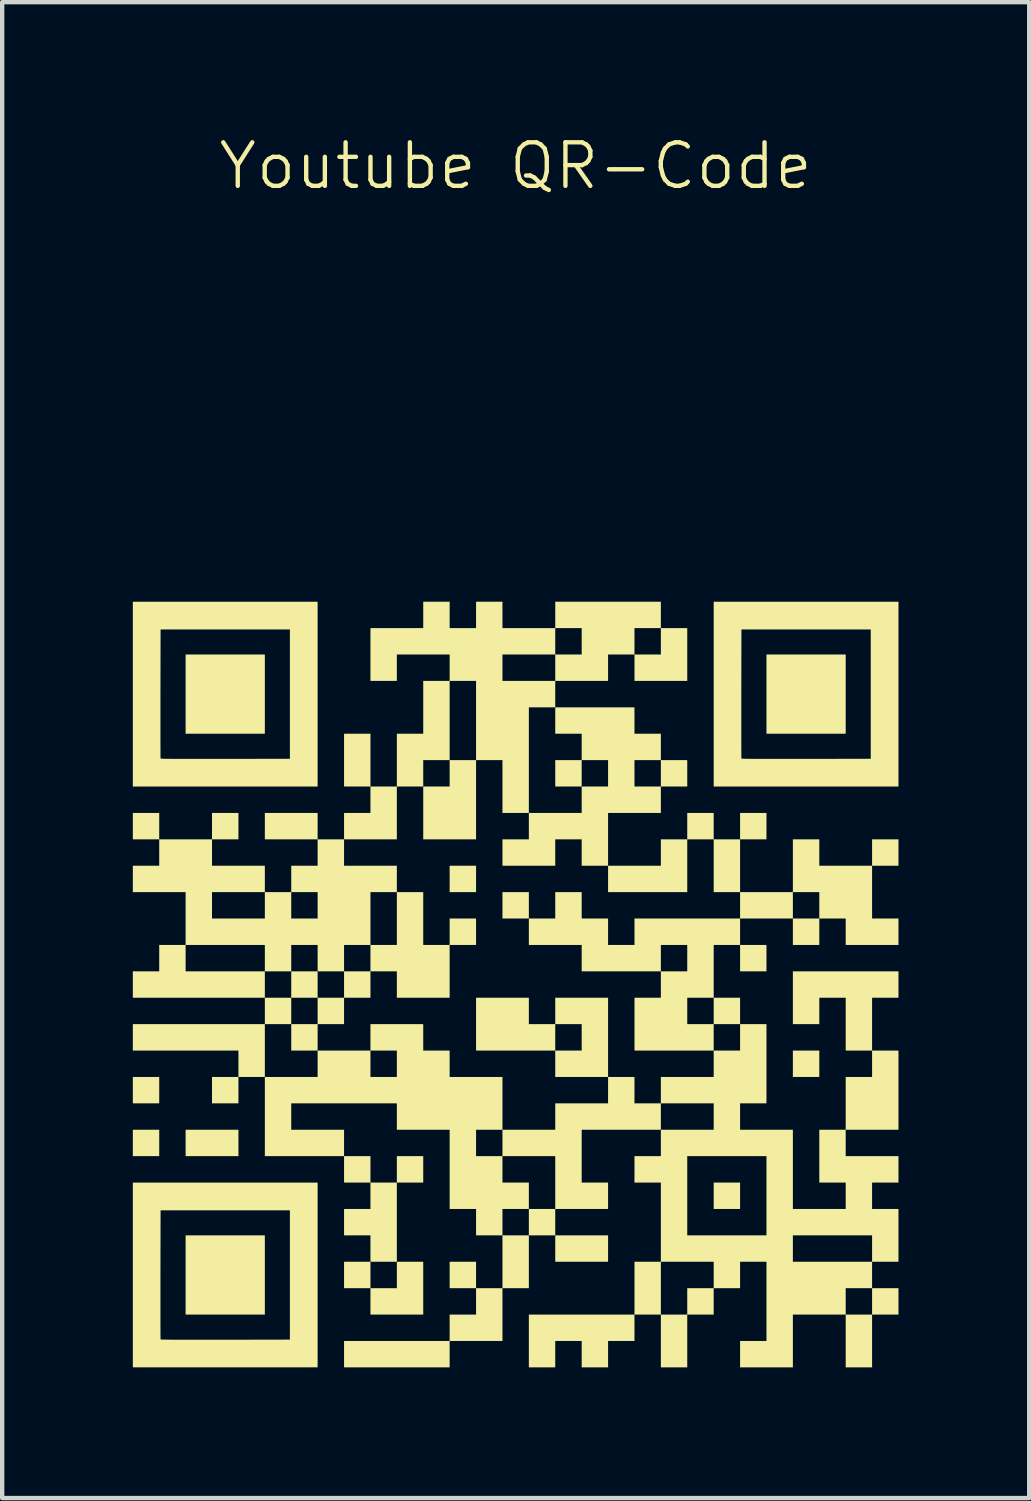
<source format=kicad_pcb>
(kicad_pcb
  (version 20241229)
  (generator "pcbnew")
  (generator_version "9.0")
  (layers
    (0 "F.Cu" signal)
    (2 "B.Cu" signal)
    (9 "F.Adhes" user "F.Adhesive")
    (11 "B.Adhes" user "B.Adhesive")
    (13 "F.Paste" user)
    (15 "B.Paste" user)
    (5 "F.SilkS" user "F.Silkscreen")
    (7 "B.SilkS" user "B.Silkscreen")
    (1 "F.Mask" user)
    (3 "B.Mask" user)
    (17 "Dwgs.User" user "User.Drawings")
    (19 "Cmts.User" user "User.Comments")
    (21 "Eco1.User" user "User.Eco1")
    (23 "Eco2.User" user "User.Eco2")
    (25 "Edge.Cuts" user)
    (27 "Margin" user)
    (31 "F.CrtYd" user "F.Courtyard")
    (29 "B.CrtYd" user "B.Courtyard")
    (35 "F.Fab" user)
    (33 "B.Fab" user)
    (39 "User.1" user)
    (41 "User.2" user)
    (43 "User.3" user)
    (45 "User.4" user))
  (footprint "Youtube QR-Code"
    (layer "F.Cu")
    (at 8.79 19.556)
    (property "Reference" "Youtube QR-Code" (at -0.000001 -18.796 0) (unlocked yes) (layer "F.SilkS") (effects (font (size 1 1) (thickness 0.1))))
    (attr board_only exclude_from_pos_files exclude_from_bom)
    (fp_poly (pts (xy -8.184 2.425) (xy -8.184 2.728) (xy -8.487 2.728) (xy -8.79 2.728) (xy -8.79 2.425) (xy -8.79 2.122) (xy -8.487 2.122) (xy -8.184 2.122)) (stroke (width 0) (type solid)) (fill yes) (layer "F.SilkS"))
    (fp_poly (pts (xy -8.184 3.637) (xy -8.184 3.94) (xy -8.487 3.94) (xy -8.79 3.94) (xy -8.79 3.637) (xy -8.79 3.334) (xy -8.487 3.334) (xy -8.184 3.334)) (stroke (width 0) (type solid)) (fill yes) (layer "F.SilkS"))
    (fp_poly (pts (xy -6.365 3.637) (xy -6.365 3.94) (xy -6.972 3.94) (xy -7.578 3.94) (xy -7.578 3.637) (xy -7.578 3.334) (xy -6.972 3.334) (xy -6.365 3.334)) (stroke (width 0) (type solid)) (fill yes) (layer "F.SilkS"))
    (fp_poly (pts (xy -5.759 -6.668) (xy -5.759 -5.759) (xy -6.668 -5.759) (xy -7.578 -5.759) (xy -7.578 -6.668) (xy -7.578 -7.578) (xy -6.668 -7.578) (xy -5.759 -7.578)) (stroke (width 0) (type solid)) (fill yes) (layer "F.SilkS"))
    (fp_poly (pts (xy -5.759 6.668) (xy -5.759 7.578) (xy -6.668 7.578) (xy -7.578 7.578) (xy -7.578 6.668) (xy -7.578 5.759) (xy -6.668 5.759) (xy -5.759 5.759)) (stroke (width 0) (type solid)) (fill yes) (layer "F.SilkS"))
    (fp_poly (pts (xy -0.909 -2.425) (xy -0.909 -2.122) (xy -1.212 -2.122) (xy -1.516 -2.122) (xy -1.516 -2.425) (xy -1.516 -2.728) (xy -1.212 -2.728) (xy -0.909 -2.728)) (stroke (width 0) (type solid)) (fill yes) (layer "F.SilkS"))
    (fp_poly (pts (xy 0.303 -1.819) (xy 0.303 -1.516) (xy -0.000001 -1.516) (xy -0.303 -1.516) (xy -0.303 -1.819) (xy -0.303 -2.122) (xy -0.000001 -2.122) (xy 0.303 -2.122)) (stroke (width 0) (type solid)) (fill yes) (layer "F.SilkS"))
    (fp_poly (pts (xy 1.516 -4.85) (xy 1.516 -4.547) (xy 1.212 -4.547) (xy 0.909 -4.547) (xy 0.909 -4.85) (xy 0.909 -5.153) (xy 1.212 -5.153) (xy 1.516 -5.153)) (stroke (width 0) (type solid)) (fill yes) (layer "F.SilkS"))
    (fp_poly (pts (xy 2.122 6.062) (xy 2.122 6.365) (xy 1.516 6.365) (xy 0.909 6.365) (xy 0.909 6.062) (xy 0.909 5.759) (xy 1.516 5.759) (xy 2.122 5.759)) (stroke (width 0) (type solid)) (fill yes) (layer "F.SilkS"))
    (fp_poly (pts (xy 5.153 4.85) (xy 5.153 5.153) (xy 4.85 5.153) (xy 4.547 5.153) (xy 4.547 4.85) (xy 4.547 4.547) (xy 4.85 4.547) (xy 5.153 4.547)) (stroke (width 0) (type solid)) (fill yes) (layer "F.SilkS"))
    (fp_poly (pts (xy 5.759 -0.606) (xy 5.759 -0.303) (xy 5.456 -0.303) (xy 5.153 -0.303) (xy 5.153 -0.606) (xy 5.153 -0.909) (xy 5.456 -0.909) (xy 5.759 -0.909)) (stroke (width 0) (type solid)) (fill yes) (layer "F.SilkS"))
    (fp_poly (pts (xy 6.972 1.819) (xy 6.972 2.122) (xy 6.668 2.122) (xy 6.365 2.122) (xy 6.365 1.819) (xy 6.365 1.516) (xy 6.668 1.516) (xy 6.972 1.516)) (stroke (width 0) (type solid)) (fill yes) (layer "F.SilkS"))
    (fp_poly (pts (xy 7.578 -6.668) (xy 7.578 -5.759) (xy 6.668 -5.759) (xy 5.759 -5.759) (xy 5.759 -6.668) (xy 5.759 -7.578) (xy 6.668 -7.578) (xy 7.578 -7.578)) (stroke (width 0) (type solid)) (fill yes) (layer "F.SilkS"))
    (fp_poly (pts (xy -0.909 -4.244) (xy -0.909 -3.334) (xy -1.516 -3.334) (xy -2.122 -3.334) (xy -2.122 -3.94) (xy -2.122 -4.547) (xy -1.819 -4.547) (xy -1.516 -4.547) (xy -1.516 -4.85) (xy -1.516 -5.153) (xy -1.212 -5.153) (xy -0.909 -5.153)) (stroke (width 0) (type solid)) (fill yes) (layer "F.SilkS"))
    (fp_poly (pts (xy 8.79 -0.000001) (xy 8.79 0.303) (xy 8.487 0.303) (xy 8.184 0.303) (xy 8.184 0.909) (xy 8.184 1.516) (xy 7.881 1.516) (xy 7.578 1.516) (xy 7.578 0.909) (xy 7.578 0.303) (xy 7.275 0.303) (xy 6.972 0.303) (xy 6.972 0.606) (xy 6.972 0.909) (xy 6.668 0.909) (xy 6.365 0.909) (xy 6.365 0.303) (xy 6.365 -0.303) (xy 7.578 -0.303) (xy 8.79 -0.303)) (stroke (width 0) (type solid)) (fill yes) (layer "F.SilkS"))
    (fp_poly (pts (xy 0.303 0.606) (xy 0.303 0.909) (xy 0.606 0.909) (xy 0.909 0.909) (xy 0.909 0.606) (xy 0.909 0.303) (xy 1.516 0.303) (xy 2.122 0.303) (xy 2.122 1.212) (xy 2.122 2.122) (xy 1.516 2.122) (xy 0.909 2.122) (xy 0.909 1.819) (xy 0.909 1.516) (xy -0.000001 1.516) (xy -0.909 1.516) (xy -0.909 1.212) (xy 0.909 1.212) (xy 0.909 1.516) (xy 1.212 1.516) (xy 1.516 1.516) (xy 1.516 1.212) (xy 1.516 0.909) (xy 1.212 0.909) (xy 0.909 0.909) (xy 0.909 1.212) (xy -0.909 1.212) (xy -0.909 0.909) (xy -0.909 0.303) (xy -0.303 0.303) (xy 0.303 0.303)) (stroke (width 0) (type solid)) (fill yes) (layer "F.SilkS"))
    (fp_poly (pts (xy -4.547 -6.668) (xy -4.547 -4.547) (xy -6.668 -4.547) (xy -8.79 -4.547) (xy -8.79 -5.934) (xy -8.156 -5.934) (xy -8.156 -5.807) (xy -8.156 -5.689) (xy -8.156 -5.582) (xy -8.156 -5.485) (xy -8.155 -5.401) (xy -8.155 -5.329) (xy -8.155 -5.271) (xy -8.154 -5.228) (xy -8.154 -5.201) (xy -8.154 -5.19) (xy -8.154 -5.19) (xy -8.15 -5.189) (xy -8.14 -5.187) (xy -8.122 -5.186) (xy -8.096 -5.185) (xy -8.062 -5.184) (xy -8.019 -5.183) (xy -7.965 -5.183) (xy -7.901 -5.182) (xy -7.825 -5.182) (xy -7.738 -5.181) (xy -7.638 -5.181) (xy -7.524 -5.181) (xy -7.397 -5.181) (xy -7.255 -5.181) (xy -7.097 -5.181) (xy -6.924 -5.181) (xy -6.733 -5.181) (xy -6.667 -5.181) (xy -5.184 -5.184) (xy -5.184 -6.668) (xy -5.184 -8.153) (xy -6.668 -8.153) (xy -8.153 -8.153) (xy -8.156 -6.677) (xy -8.156 -6.517) (xy -8.156 -6.362) (xy -8.156 -6.213) (xy -8.156 -6.07) (xy -8.156 -5.934) (xy -8.79 -5.934) (xy -8.79 -6.668) (xy -8.79 -8.79) (xy -6.668 -8.79) (xy -4.547 -8.79)) (stroke (width 0) (type solid)) (fill yes) (layer "F.SilkS"))
    (fp_poly (pts (xy -4.547 6.668) (xy -4.547 8.79) (xy -6.668 8.79) (xy -8.79 8.79) (xy -8.79 7.403) (xy -8.156 7.403) (xy -8.156 7.53) (xy -8.156 7.648) (xy -8.156 7.755) (xy -8.156 7.852) (xy -8.155 7.936) (xy -8.155 8.008) (xy -8.155 8.066) (xy -8.154 8.109) (xy -8.154 8.136) (xy -8.154 8.147) (xy -8.154 8.147) (xy -8.15 8.148) (xy -8.14 8.15) (xy -8.122 8.151) (xy -8.096 8.152) (xy -8.062 8.153) (xy -8.019 8.153) (xy -7.965 8.154) (xy -7.901 8.155) (xy -7.825 8.155) (xy -7.738 8.156) (xy -7.638 8.156) (xy -7.524 8.156) (xy -7.397 8.156) (xy -7.255 8.156) (xy -7.097 8.156) (xy -6.924 8.156) (xy -6.733 8.156) (xy -6.667 8.156) (xy -5.184 8.153) (xy -5.184 6.668) (xy -5.184 5.184) (xy -6.668 5.184) (xy -8.153 5.184) (xy -8.156 6.66) (xy -8.156 6.82) (xy -8.156 6.975) (xy -8.156 7.124) (xy -8.156 7.267) (xy -8.156 7.403) (xy -8.79 7.403) (xy -8.79 6.668) (xy -8.79 4.547) (xy -6.668 4.547) (xy -4.547 4.547)) (stroke (width 0) (type solid)) (fill yes) (layer "F.SilkS"))
    (fp_poly (pts (xy 8.79 -6.668) (xy 8.79 -4.547) (xy 6.668 -4.547) (xy 4.547 -4.547) (xy 4.547 -5.934) (xy 5.181 -5.934) (xy 5.181 -5.807) (xy 5.181 -5.689) (xy 5.181 -5.582) (xy 5.181 -5.485) (xy 5.182 -5.401) (xy 5.182 -5.329) (xy 5.182 -5.271) (xy 5.182 -5.228) (xy 5.183 -5.201) (xy 5.183 -5.19) (xy 5.183 -5.19) (xy 5.187 -5.189) (xy 5.197 -5.187) (xy 5.215 -5.186) (xy 5.241 -5.185) (xy 5.275 -5.184) (xy 5.318 -5.183) (xy 5.372 -5.183) (xy 5.436 -5.182) (xy 5.512 -5.182) (xy 5.599 -5.181) (xy 5.699 -5.181) (xy 5.813 -5.181) (xy 5.94 -5.181) (xy 6.082 -5.181) (xy 6.24 -5.181) (xy 6.413 -5.181) (xy 6.604 -5.181) (xy 6.67 -5.181) (xy 8.153 -5.184) (xy 8.153 -6.668) (xy 8.153 -8.153) (xy 6.668 -8.153) (xy 5.184 -8.153) (xy 5.181 -6.677) (xy 5.181 -6.517) (xy 5.181 -6.362) (xy 5.181 -6.213) (xy 5.181 -6.07) (xy 5.181 -5.934) (xy 4.547 -5.934) (xy 4.547 -6.668) (xy 4.547 -8.79) (xy 6.668 -8.79) (xy 8.79 -8.79)) (stroke (width 0) (type solid)) (fill yes) (layer "F.SilkS"))
    (fp_poly (pts (xy -3.334 4.244) (xy -3.334 4.547) (xy -3.031 4.547) (xy -2.728 4.547) (xy -2.728 4.244) (xy -2.728 3.94) (xy -2.425 3.94) (xy -2.122 3.94) (xy -2.122 4.244) (xy -2.122 4.547) (xy -2.425 4.547) (xy -2.728 4.547) (xy -2.728 5.456) (xy -2.728 6.365) (xy -3.031 6.365) (xy -3.334 6.365) (xy -3.334 6.668) (xy -3.334 6.972) (xy -3.031 6.972) (xy -2.728 6.972) (xy -2.728 6.668) (xy -2.728 6.365) (xy -2.425 6.365) (xy -2.122 6.365) (xy -2.122 6.972) (xy -2.122 7.578) (xy -2.728 7.578) (xy -3.334 7.578) (xy -3.334 7.275) (xy -3.334 6.972) (xy -3.637 6.972) (xy -3.94 6.972) (xy -3.94 6.668) (xy -3.94 6.365) (xy -3.637 6.365) (xy -3.334 6.365) (xy -3.334 6.062) (xy -3.334 5.759) (xy -3.637 5.759) (xy -3.94 5.759) (xy -3.94 5.456) (xy -3.94 5.153) (xy -3.637 5.153) (xy -3.334 5.153) (xy -3.334 4.85) (xy -3.334 4.547) (xy -3.637 4.547) (xy -3.94 4.547) (xy -3.94 4.244) (xy -3.94 3.94) (xy -3.637 3.94) (xy -3.334 3.94)) (stroke (width 0) (type solid)) (fill yes) (layer "F.SilkS"))
    (fp_poly (pts (xy -2.122 -1.516) (xy -2.122 -0.909) (xy -1.819 -0.909) (xy -1.516 -0.909) (xy -1.516 -1.212) (xy -1.516 -1.516) (xy -1.212 -1.516) (xy -0.909 -1.516) (xy -0.909 -1.212) (xy -0.909 -0.909) (xy -1.212 -0.909) (xy -1.516 -0.909) (xy -1.516 -0.303) (xy -1.516 0.303) (xy -2.122 0.303) (xy -2.728 0.303) (xy -2.728 -0.000001) (xy -2.728 -0.303) (xy -3.031 -0.303) (xy -3.334 -0.303) (xy -3.334 -0.000001) (xy -3.334 0.303) (xy -3.637 0.303) (xy -3.94 0.303) (xy -3.94 0.606) (xy -3.94 0.909) (xy -4.244 0.909) (xy -4.547 0.909) (xy -4.547 1.212) (xy -4.547 1.516) (xy -4.85 1.516) (xy -5.153 1.516) (xy -5.153 1.212) (xy -5.153 0.909) (xy -4.85 0.909) (xy -4.547 0.909) (xy -4.547 0.606) (xy -4.547 0.303) (xy -4.85 0.303) (xy -5.153 0.303) (xy -5.153 -0.000001) (xy -5.153 -0.303) (xy -4.85 -0.303) (xy -4.547 -0.303) (xy -4.547 -0.000001) (xy -4.547 0.303) (xy -4.244 0.303) (xy -3.94 0.303) (xy -3.94 -0.000001) (xy -3.94 -0.303) (xy -3.637 -0.303) (xy -3.334 -0.303) (xy -3.334 -0.606) (xy -3.334 -0.909) (xy -3.031 -0.909) (xy -2.728 -0.909) (xy -2.728 -1.516) (xy -2.728 -2.122) (xy -2.425 -2.122) (xy -2.122 -2.122)) (stroke (width 0) (type solid)) (fill yes) (layer "F.SilkS"))
    (fp_poly (pts (xy 2.728 -6.062) (xy 2.728 -5.759) (xy 3.031 -5.759) (xy 3.334 -5.759) (xy 3.334 -5.456) (xy 3.334 -5.153) (xy 3.031 -5.153) (xy 2.728 -5.153) (xy 2.728 -4.85) (xy 2.728 -4.547) (xy 3.031 -4.547) (xy 3.334 -4.547) (xy 3.334 -4.85) (xy 3.334 -5.153) (xy 3.637 -5.153) (xy 3.94 -5.153) (xy 3.94 -4.85) (xy 3.94 -4.547) (xy 3.637 -4.547) (xy 3.334 -4.547) (xy 3.334 -4.244) (xy 3.334 -3.94) (xy 2.728 -3.94) (xy 2.122 -3.94) (xy 2.122 -3.334) (xy 2.122 -2.728) (xy 2.728 -2.728) (xy 3.334 -2.728) (xy 3.334 -3.031) (xy 3.334 -3.334) (xy 3.637 -3.334) (xy 3.94 -3.334) (xy 3.94 -3.637) (xy 3.94 -3.94) (xy 4.244 -3.94) (xy 4.547 -3.94) (xy 4.547 -3.637) (xy 4.547 -3.334) (xy 4.85 -3.334) (xy 5.153 -3.334) (xy 5.153 -3.637) (xy 5.153 -3.94) (xy 5.456 -3.94) (xy 5.759 -3.94) (xy 5.759 -3.637) (xy 5.759 -3.334) (xy 5.456 -3.334) (xy 5.153 -3.334) (xy 5.153 -2.728) (xy 5.153 -2.122) (xy 5.759 -2.122) (xy 6.365 -2.122) (xy 6.365 -2.728) (xy 6.365 -3.334) (xy 6.668 -3.334) (xy 6.972 -3.334) (xy 6.972 -3.031) (xy 6.972 -2.728) (xy 7.578 -2.728) (xy 8.184 -2.728) (xy 8.184 -3.031) (xy 8.184 -3.334) (xy 8.487 -3.334) (xy 8.79 -3.334) (xy 8.79 -3.031) (xy 8.79 -2.728) (xy 8.487 -2.728) (xy 8.184 -2.728) (xy 8.184 -2.122) (xy 8.184 -1.516) (xy 8.487 -1.516) (xy 8.79 -1.516) (xy 8.79 -1.212) (xy 8.79 -0.909) (xy 8.184 -0.909) (xy 7.578 -0.909) (xy 7.578 -1.212) (xy 7.578 -1.516) (xy 7.275 -1.516) (xy 6.972 -1.516) (xy 6.972 -1.212) (xy 6.972 -0.909) (xy 6.668 -0.909) (xy 6.365 -0.909) (xy 6.365 -1.212) (xy 6.365 -1.516) (xy 5.759 -1.516) (xy 5.153 -1.516) (xy 5.153 -1.212) (xy 5.153 -0.909) (xy 4.85 -0.909) (xy 4.547 -0.909) (xy 4.547 -0.303) (xy 4.547 0.303) (xy 4.244 0.303) (xy 3.94 0.303) (xy 3.94 0.606) (xy 3.94 0.909) (xy 4.244 0.909) (xy 4.547 0.909) (xy 4.547 0.606) (xy 4.547 0.303) (xy 4.85 0.303) (xy 5.153 0.303) (xy 5.153 0.606) (xy 5.153 0.909) (xy 4.85 0.909) (xy 4.547 0.909) (xy 4.547 1.212) (xy 4.547 1.516) (xy 3.637 1.516) (xy 2.728 1.516) (xy 2.728 0.909) (xy 2.728 0.303) (xy 3.031 0.303) (xy 3.334 0.303) (xy 3.334 -0.000001) (xy 3.334 -0.303) (xy 3.637 -0.303) (xy 3.94 -0.303) (xy 3.94 -0.606) (xy 3.94 -0.909) (xy 3.637 -0.909) (xy 3.334 -0.909) (xy 3.334 -0.606) (xy 3.334 -0.303) (xy 2.425 -0.303) (xy 1.516 -0.303) (xy 1.516 -0.606) (xy 1.516 -0.909) (xy 0.909 -0.909) (xy 0.303 -0.909) (xy 0.303 -1.212) (xy 0.303 -1.516) (xy 0.606 -1.516) (xy 0.909 -1.516) (xy 0.909 -1.819) (xy 0.909 -2.122) (xy 1.212 -2.122) (xy 1.516 -2.122) (xy 1.516 -1.819) (xy 1.516 -1.516) (xy 1.819 -1.516) (xy 2.122 -1.516) (xy 2.122 -1.212) (xy 2.122 -0.909) (xy 2.425 -0.909) (xy 2.728 -0.909) (xy 2.728 -1.212) (xy 2.728 -1.516) (xy 3.94 -1.516) (xy 5.153 -1.516) (xy 5.153 -1.819) (xy 6.365 -1.819) (xy 6.365 -1.516) (xy 6.668 -1.516) (xy 6.972 -1.516) (xy 6.972 -1.819) (xy 6.972 -2.122) (xy 6.668 -2.122) (xy 6.365 -2.122) (xy 6.365 -1.819) (xy 5.153 -1.819) (xy 5.153 -2.122) (xy 4.85 -2.122) (xy 4.547 -2.122) (xy 4.547 -2.728) (xy 4.547 -3.334) (xy 4.244 -3.334) (xy 3.94 -3.334) (xy 3.94 -2.728) (xy 3.94 -2.122) (xy 3.031 -2.122) (xy 2.122 -2.122) (xy 2.122 -2.425) (xy 2.122 -2.728) (xy 1.819 -2.728) (xy 1.516 -2.728) (xy 1.516 -3.031) (xy 1.516 -3.334) (xy 1.212 -3.334) (xy 0.909 -3.334) (xy 0.909 -3.031) (xy 0.909 -2.728) (xy 0.303 -2.728) (xy -0.303 -2.728) (xy -0.303 -3.031) (xy -0.303 -3.334) (xy -0.000001 -3.334) (xy 0.303 -3.334) (xy 0.303 -3.637) (xy 0.303 -3.94) (xy 0.909 -3.94) (xy 1.516 -3.94) (xy 1.516 -4.244) (xy 1.516 -4.547) (xy 1.819 -4.547) (xy 2.122 -4.547) (xy 2.122 -4.85) (xy 2.122 -5.153) (xy 1.819 -5.153) (xy 1.516 -5.153) (xy 1.516 -5.456) (xy 1.516 -5.759) (xy 1.212 -5.759) (xy 0.909 -5.759) (xy 0.909 -6.062) (xy 0.909 -6.365) (xy 1.819 -6.365) (xy 2.728 -6.365)) (stroke (width 0) (type solid)) (fill yes) (layer "F.SilkS"))
    (fp_poly (pts (xy -1.516 -8.487) (xy -1.516 -8.184) (xy -1.212 -8.184) (xy -0.909 -8.184) (xy -0.909 -8.487) (xy -0.909 -8.79) (xy -0.606 -8.79) (xy -0.303 -8.79) (xy -0.303 -8.487) (xy -0.303 -8.184) (xy 0.303 -8.184) (xy 0.909 -8.184) (xy 0.909 -8.487) (xy 0.909 -8.79) (xy 2.122 -8.79) (xy 3.334 -8.79) (xy 3.334 -8.487) (xy 3.334 -8.184) (xy 3.031 -8.184) (xy 2.728 -8.184) (xy 2.728 -7.881) (xy 2.728 -7.578) (xy 3.031 -7.578) (xy 3.334 -7.578) (xy 3.334 -7.881) (xy 3.334 -8.184) (xy 3.637 -8.184) (xy 3.94 -8.184) (xy 3.94 -7.578) (xy 3.94 -6.972) (xy 3.334 -6.972) (xy 2.728 -6.972) (xy 2.728 -7.275) (xy 2.728 -7.578) (xy 2.425 -7.578) (xy 2.122 -7.578) (xy 2.122 -7.275) (xy 2.122 -6.972) (xy 1.516 -6.972) (xy 0.909 -6.972) (xy 0.909 -6.668) (xy 0.909 -6.365) (xy 0.606 -6.365) (xy 0.303 -6.365) (xy 0.303 -5.153) (xy 0.303 -3.94) (xy -0.000001 -3.94) (xy -0.303 -3.94) (xy -0.303 -4.547) (xy -0.303 -5.153) (xy -0.606 -5.153) (xy -0.909 -5.153) (xy -0.909 -6.062) (xy -0.909 -6.972) (xy -1.212 -6.972) (xy -1.516 -6.972) (xy -1.516 -6.062) (xy -1.516 -5.153) (xy -1.819 -5.153) (xy -2.122 -5.153) (xy -2.122 -4.85) (xy -2.122 -4.547) (xy -2.425 -4.547) (xy -2.728 -4.547) (xy -2.728 -3.94) (xy -2.728 -3.334) (xy -3.334 -3.334) (xy -3.94 -3.334) (xy -3.94 -3.031) (xy -3.94 -2.728) (xy -3.334 -2.728) (xy -2.728 -2.728) (xy -2.728 -2.425) (xy -2.728 -2.122) (xy -3.031 -2.122) (xy -3.334 -2.122) (xy -3.334 -1.516) (xy -3.334 -0.909) (xy -3.637 -0.909) (xy -3.94 -0.909) (xy -3.94 -0.606) (xy -3.94 -0.303) (xy -4.244 -0.303) (xy -4.547 -0.303) (xy -4.547 -0.606) (xy -4.547 -0.909) (xy -4.85 -0.909) (xy -5.153 -0.909) (xy -5.153 -0.606) (xy -5.153 -0.303) (xy -5.456 -0.303) (xy -5.759 -0.303) (xy -5.759 -0.606) (xy -5.759 -0.909) (xy -6.668 -0.909) (xy -7.578 -0.909) (xy -7.578 -0.606) (xy -7.578 -0.303) (xy -6.668 -0.303) (xy -5.759 -0.303) (xy -5.759 -0.000001) (xy -5.759 0.303) (xy -7.275 0.303) (xy -8.79 0.303) (xy -8.79 -0.000001) (xy -8.79 -0.303) (xy -8.487 -0.303) (xy -8.184 -0.303) (xy -8.184 -0.606) (xy -8.184 -0.909) (xy -7.881 -0.909) (xy -7.578 -0.909) (xy -7.578 -1.516) (xy -7.578 -1.819) (xy -6.972 -1.819) (xy -6.972 -1.516) (xy -6.365 -1.516) (xy -5.759 -1.516) (xy -5.759 -1.819) (xy -5.153 -1.819) (xy -5.153 -1.516) (xy -4.85 -1.516) (xy -4.547 -1.516) (xy -4.547 -1.819) (xy -4.547 -2.122) (xy -4.85 -2.122) (xy -5.153 -2.122) (xy -5.153 -1.819) (xy -5.759 -1.819) (xy -5.759 -2.122) (xy -6.365 -2.122) (xy -6.972 -2.122) (xy -6.972 -1.819) (xy -7.578 -1.819) (xy -7.578 -2.122) (xy -8.184 -2.122) (xy -8.79 -2.122) (xy -8.79 -2.425) (xy -8.79 -2.728) (xy -8.487 -2.728) (xy -8.184 -2.728) (xy -8.184 -3.031) (xy -8.184 -3.334) (xy -8.487 -3.334) (xy -8.79 -3.334) (xy -8.79 -3.637) (xy -8.79 -3.94) (xy -8.487 -3.94) (xy -8.184 -3.94) (xy -8.184 -3.637) (xy -8.184 -3.334) (xy -7.578 -3.334) (xy -6.972 -3.334) (xy -6.972 -3.637) (xy -6.972 -3.94) (xy -6.668 -3.94) (xy -6.365 -3.94) (xy -6.365 -3.637) (xy -6.365 -3.334) (xy -6.668 -3.334) (xy -6.972 -3.334) (xy -6.972 -3.031) (xy -6.972 -2.728) (xy -6.365 -2.728) (xy -5.759 -2.728) (xy -5.759 -2.425) (xy -5.759 -2.122) (xy -5.456 -2.122) (xy -5.153 -2.122) (xy -5.153 -2.425) (xy -5.153 -2.728) (xy -4.85 -2.728) (xy -4.547 -2.728) (xy -4.547 -3.031) (xy -4.547 -3.334) (xy -5.153 -3.334) (xy -5.759 -3.334) (xy -5.759 -3.637) (xy -5.759 -3.94) (xy -5.153 -3.94) (xy -4.547 -3.94) (xy -4.547 -3.637) (xy -4.547 -3.334) (xy -4.244 -3.334) (xy -3.94 -3.334) (xy -3.94 -3.637) (xy -3.94 -3.94) (xy -3.637 -3.94) (xy -3.334 -3.94) (xy -3.334 -4.244) (xy -3.334 -4.547) (xy -3.637 -4.547) (xy -3.94 -4.547) (xy -3.94 -5.153) (xy -3.94 -5.759) (xy -3.637 -5.759) (xy -3.334 -5.759) (xy -3.334 -5.153) (xy -3.334 -4.547) (xy -3.031 -4.547) (xy -2.728 -4.547) (xy -2.728 -5.153) (xy -2.728 -5.759) (xy -2.425 -5.759) (xy -2.122 -5.759) (xy -2.122 -6.365) (xy -2.122 -6.972) (xy -1.819 -6.972) (xy -1.516 -6.972) (xy -1.516 -7.275) (xy -1.516 -7.578) (xy -0.303 -7.578) (xy -0.303 -7.275) (xy -0.303 -6.972) (xy 0.303 -6.972) (xy 0.909 -6.972) (xy 0.909 -7.275) (xy 0.909 -7.578) (xy 1.212 -7.578) (xy 1.516 -7.578) (xy 1.516 -7.881) (xy 1.516 -8.184) (xy 1.212 -8.184) (xy 0.909 -8.184) (xy 0.909 -7.881) (xy 0.909 -7.578) (xy 0.303 -7.578) (xy -0.303 -7.578) (xy -1.516 -7.578) (xy -2.122 -7.578) (xy -2.728 -7.578) (xy -2.728 -7.275) (xy -2.728 -6.972) (xy -3.031 -6.972) (xy -3.334 -6.972) (xy -3.334 -7.578) (xy -3.334 -8.184) (xy -2.728 -8.184) (xy -2.122 -8.184) (xy -2.122 -8.487) (xy -2.122 -8.79) (xy -1.819 -8.79) (xy -1.516 -8.79)) (stroke (width 0) (type solid)) (fill yes) (layer "F.SilkS"))
    (fp_poly (pts (xy -5.153 0.606) (xy -5.153 0.909) (xy -5.456 0.909) (xy -5.759 0.909) (xy -5.759 1.516) (xy -5.759 2.122) (xy -5.153 2.122) (xy -4.547 2.122) (xy -4.547 1.819) (xy -3.334 1.819) (xy -3.334 2.122) (xy -3.031 2.122) (xy -2.728 2.122) (xy -2.728 1.819) (xy -2.728 1.516) (xy -3.031 1.516) (xy -3.334 1.516) (xy -3.334 1.819) (xy -4.547 1.819) (xy -4.547 1.516) (xy -3.94 1.516) (xy -3.334 1.516) (xy -3.334 1.212) (xy -3.334 0.909) (xy -2.728 0.909) (xy -2.122 0.909) (xy -2.122 1.212) (xy -2.122 1.516) (xy -1.819 1.516) (xy -1.516 1.516) (xy -1.516 1.819) (xy -1.516 2.122) (xy -0.909 2.122) (xy -0.303 2.122) (xy -0.303 2.728) (xy -0.303 3.334) (xy -0.606 3.334) (xy -0.909 3.334) (xy -0.909 3.637) (xy -0.909 3.94) (xy -0.606 3.94) (xy -0.303 3.94) (xy -0.303 3.637) (xy -0.303 3.334) (xy 0.303 3.334) (xy 0.909 3.334) (xy 0.909 3.031) (xy 3.334 3.031) (xy 3.334 3.334) (xy 3.94 3.334) (xy 4.547 3.334) (xy 4.547 3.031) (xy 4.547 2.728) (xy 3.94 2.728) (xy 3.334 2.728) (xy 3.334 3.031) (xy 0.909 3.031) (xy 0.909 2.728) (xy 1.516 2.728) (xy 2.122 2.728) (xy 2.122 2.425) (xy 2.122 2.122) (xy 2.425 2.122) (xy 2.728 2.122) (xy 2.728 2.425) (xy 2.728 2.728) (xy 3.031 2.728) (xy 3.334 2.728) (xy 3.334 2.425) (xy 3.334 2.122) (xy 3.94 2.122) (xy 4.547 2.122) (xy 4.547 1.819) (xy 4.547 1.516) (xy 4.85 1.516) (xy 5.153 1.516) (xy 5.153 1.212) (xy 5.153 0.909) (xy 5.456 0.909) (xy 5.759 0.909) (xy 5.759 1.819) (xy 5.759 2.728) (xy 5.456 2.728) (xy 5.153 2.728) (xy 5.153 3.031) (xy 5.153 3.334) (xy 5.759 3.334) (xy 6.365 3.334) (xy 6.365 4.244) (xy 6.365 5.153) (xy 6.972 5.153) (xy 7.578 5.153) (xy 7.578 4.85) (xy 7.578 4.547) (xy 7.275 4.547) (xy 6.972 4.547) (xy 6.972 3.94) (xy 6.972 3.334) (xy 7.275 3.334) (xy 7.578 3.334) (xy 7.578 2.728) (xy 7.578 2.122) (xy 7.881 2.122) (xy 8.184 2.122) (xy 8.184 1.819) (xy 8.184 1.516) (xy 8.487 1.516) (xy 8.79 1.516) (xy 8.79 2.425) (xy 8.79 3.334) (xy 8.184 3.334) (xy 7.578 3.334) (xy 7.578 3.637) (xy 7.578 3.94) (xy 8.184 3.94) (xy 8.79 3.94) (xy 8.79 4.244) (xy 8.79 4.547) (xy 8.487 4.547) (xy 8.184 4.547) (xy 8.184 4.85) (xy 8.184 5.153) (xy 8.487 5.153) (xy 8.79 5.153) (xy 8.79 5.759) (xy 8.79 6.365) (xy 8.487 6.365) (xy 8.184 6.365) (xy 8.184 6.668) (xy 8.184 6.972) (xy 7.881 6.972) (xy 7.578 6.972) (xy 7.578 7.275) (xy 7.578 7.578) (xy 7.881 7.578) (xy 8.184 7.578) (xy 8.184 7.275) (xy 8.184 6.972) (xy 8.487 6.972) (xy 8.79 6.972) (xy 8.79 7.275) (xy 8.79 7.578) (xy 8.487 7.578) (xy 8.184 7.578) (xy 8.184 8.184) (xy 8.184 8.79) (xy 7.881 8.79) (xy 7.578 8.79) (xy 7.578 8.184) (xy 7.578 7.578) (xy 6.972 7.578) (xy 6.365 7.578) (xy 6.365 8.184) (xy 6.365 8.79) (xy 5.759 8.79) (xy 5.153 8.79) (xy 5.153 8.487) (xy 5.153 8.184) (xy 5.456 8.184) (xy 5.759 8.184) (xy 5.759 7.275) (xy 5.759 6.365) (xy 5.456 6.365) (xy 5.153 6.365) (xy 5.153 6.668) (xy 5.153 6.972) (xy 4.85 6.972) (xy 4.547 6.972) (xy 4.547 7.275) (xy 4.547 7.578) (xy 4.244 7.578) (xy 3.94 7.578) (xy 3.94 8.184) (xy 3.94 8.79) (xy 3.637 8.79) (xy 3.334 8.79) (xy 3.334 8.184) (xy 3.334 7.578) (xy 3.031 7.578) (xy 2.728 7.578) (xy 2.728 7.881) (xy 2.728 8.184) (xy 2.425 8.184) (xy 2.122 8.184) (xy 2.122 8.487) (xy 2.122 8.79) (xy 1.819 8.79) (xy 1.516 8.79) (xy 1.516 8.487) (xy 1.516 8.184) (xy 1.212 8.184) (xy 0.909 8.184) (xy 0.909 8.487) (xy 0.909 8.79) (xy 0.606 8.79) (xy 0.303 8.79) (xy 0.303 8.184) (xy 0.303 7.578) (xy 1.516 7.578) (xy 2.728 7.578) (xy 2.728 6.972) (xy 3.334 6.972) (xy 3.334 7.578) (xy 3.637 7.578) (xy 3.94 7.578) (xy 3.94 7.275) (xy 3.94 6.972) (xy 4.244 6.972) (xy 4.547 6.972) (xy 4.547 6.668) (xy 4.547 6.365) (xy 3.94 6.365) (xy 3.334 6.365) (xy 3.334 6.972) (xy 2.728 6.972) (xy 2.728 6.365) (xy 3.031 6.365) (xy 3.334 6.365) (xy 3.334 6.062) (xy 6.365 6.062) (xy 6.365 6.365) (xy 7.275 6.365) (xy 8.184 6.365) (xy 8.184 6.062) (xy 8.184 5.759) (xy 7.275 5.759) (xy 6.365 5.759) (xy 6.365 6.062) (xy 3.334 6.062) (xy 3.334 5.456) (xy 3.334 4.85) (xy 3.94 4.85) (xy 3.94 5.759) (xy 4.85 5.759) (xy 5.759 5.759) (xy 5.759 4.85) (xy 5.759 3.94) (xy 4.85 3.94) (xy 3.94 3.94) (xy 3.94 4.85) (xy 3.334 4.85) (xy 3.334 4.547) (xy 3.031 4.547) (xy 2.728 4.547) (xy 2.728 4.244) (xy 2.728 3.94) (xy 3.031 3.94) (xy 3.334 3.94) (xy 3.334 3.637) (xy 3.334 3.334) (xy 2.425 3.334) (xy 1.516 3.334) (xy 1.516 3.94) (xy 1.516 4.547) (xy 1.819 4.547) (xy 2.122 4.547) (xy 2.122 4.85) (xy 2.122 5.153) (xy 1.516 5.153) (xy 0.909 5.153) (xy 0.909 5.456) (xy 0.909 5.759) (xy 0.606 5.759) (xy 0.303 5.759) (xy 0.303 6.365) (xy 0.303 6.972) (xy -0.000001 6.972) (xy -0.303 6.972) (xy -0.303 7.578) (xy -0.303 8.184) (xy -0.909 8.184) (xy -1.516 8.184) (xy -1.516 8.487) (xy -1.516 8.79) (xy -2.728 8.79) (xy -3.94 8.79) (xy -3.94 8.487) (xy -3.94 8.184) (xy -2.728 8.184) (xy -1.516 8.184) (xy -1.516 7.881) (xy -1.516 7.578) (xy -1.212 7.578) (xy -0.909 7.578) (xy -0.909 7.275) (xy -0.909 6.972) (xy -1.212 6.972) (xy -1.516 6.972) (xy -1.516 6.668) (xy -1.516 6.365) (xy -1.212 6.365) (xy -0.909 6.365) (xy -0.909 6.668) (xy -0.909 6.972) (xy -0.606 6.972) (xy -0.303 6.972) (xy -0.303 6.365) (xy -0.303 5.759) (xy -0.606 5.759) (xy -0.909 5.759) (xy -0.909 5.456) (xy -0.909 5.153) (xy -1.212 5.153) (xy -1.516 5.153) (xy -1.516 4.244) (xy -0.303 4.244) (xy -0.303 4.547) (xy -0.000001 4.547) (xy 0.303 4.547) (xy 0.303 4.85) (xy 0.303 5.153) (xy -0.000001 5.153) (xy -0.303 5.153) (xy -0.303 5.456) (xy -0.303 5.759) (xy -0.000001 5.759) (xy 0.303 5.759) (xy 0.303 5.456) (xy 0.303 5.153) (xy 0.606 5.153) (xy 0.909 5.153) (xy 0.909 4.547) (xy 0.909 3.94) (xy 0.303 3.94) (xy -0.303 3.94) (xy -0.303 4.244) (xy -1.516 4.244) (xy -1.516 3.334) (xy -2.122 3.334) (xy -2.728 3.334) (xy -2.728 3.031) (xy -2.728 2.728) (xy -3.94 2.728) (xy -5.153 2.728) (xy -5.153 3.031) (xy -5.153 3.334) (xy -4.547 3.334) (xy -3.94 3.334) (xy -3.94 3.637) (xy -3.94 3.94) (xy -4.85 3.94) (xy -5.759 3.94) (xy -5.759 3.031) (xy -5.759 2.122) (xy -6.062 2.122) (xy -6.365 2.122) (xy -6.365 2.425) (xy -6.365 2.728) (xy -6.668 2.728) (xy -6.972 2.728) (xy -6.972 2.425) (xy -6.972 2.122) (xy -6.668 2.122) (xy -6.365 2.122) (xy -6.365 1.819) (xy -6.365 1.516) (xy -7.578 1.516) (xy -8.79 1.516) (xy -8.79 1.212) (xy -8.79 0.909) (xy -7.275 0.909) (xy -5.759 0.909) (xy -5.759 0.606) (xy -5.759 0.303) (xy -5.456 0.303) (xy -5.153 0.303)) (stroke (width 0) (type solid)) (fill yes) (layer "F.SilkS")))
  (gr_rect
    (start -3 -3)
    (end 20.581 31.347)
    (stroke (width 0.1) (type default))
    (fill no)
    (layer "Edge.Cuts")))
</source>
